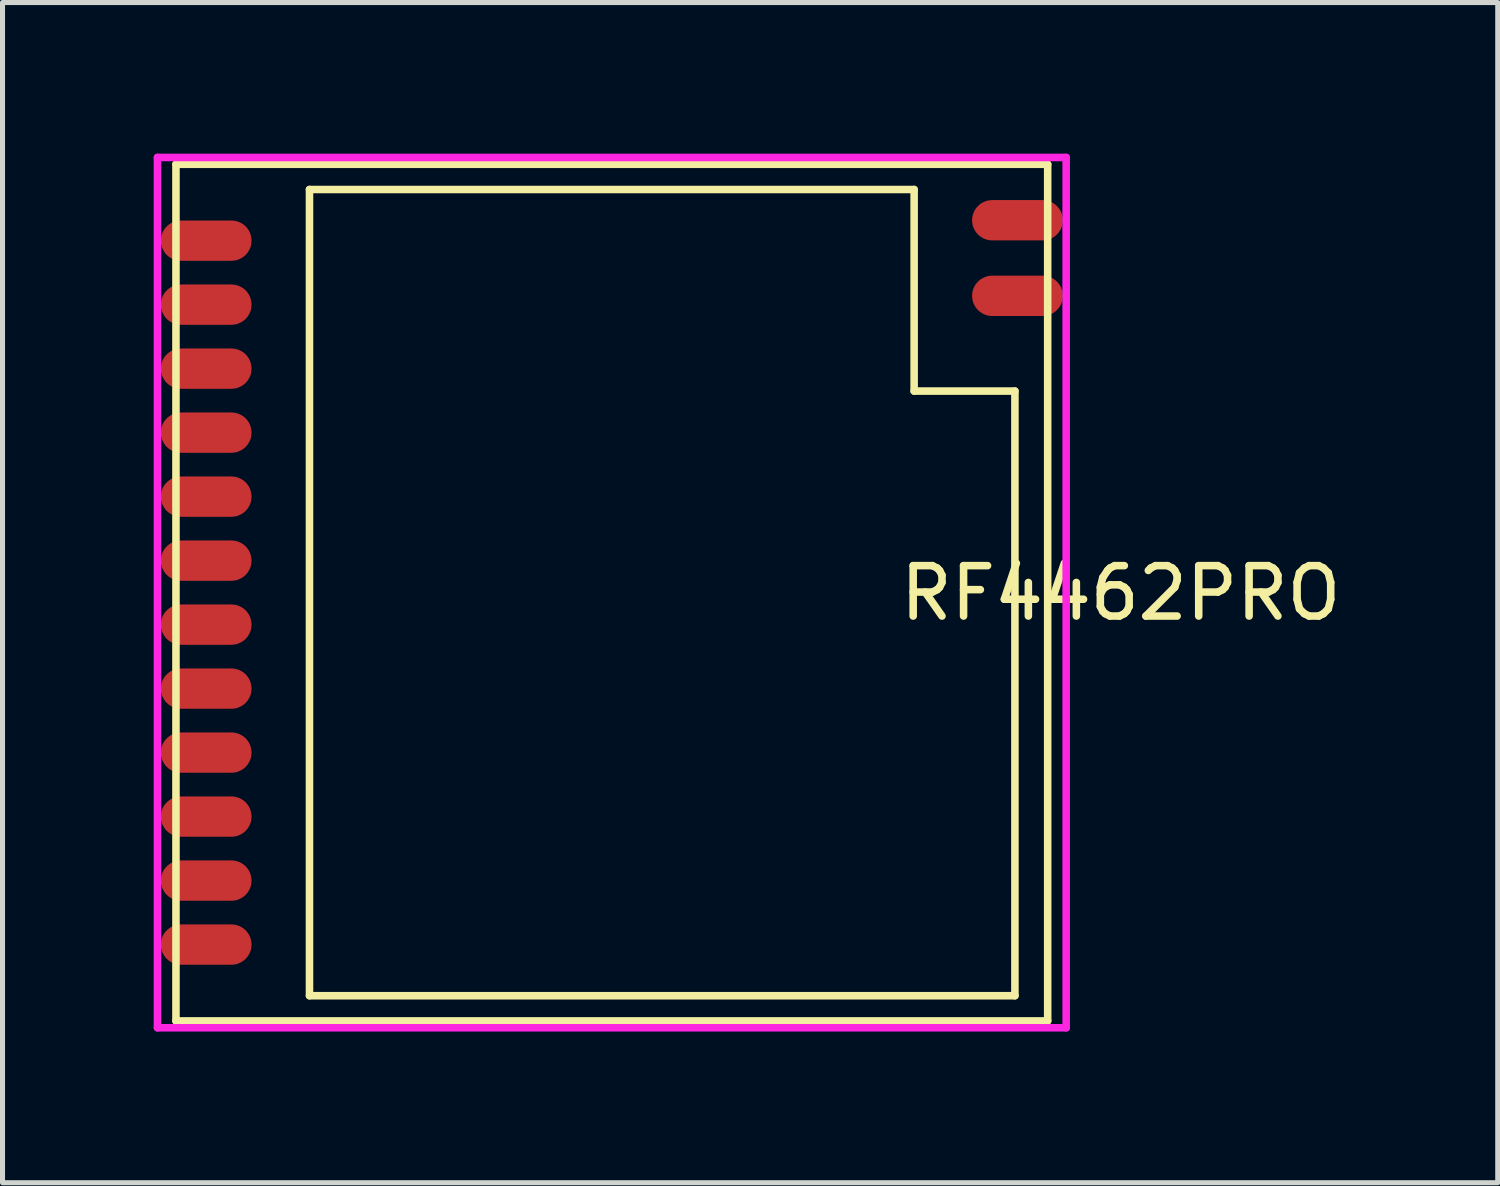
<source format=kicad_pcb>
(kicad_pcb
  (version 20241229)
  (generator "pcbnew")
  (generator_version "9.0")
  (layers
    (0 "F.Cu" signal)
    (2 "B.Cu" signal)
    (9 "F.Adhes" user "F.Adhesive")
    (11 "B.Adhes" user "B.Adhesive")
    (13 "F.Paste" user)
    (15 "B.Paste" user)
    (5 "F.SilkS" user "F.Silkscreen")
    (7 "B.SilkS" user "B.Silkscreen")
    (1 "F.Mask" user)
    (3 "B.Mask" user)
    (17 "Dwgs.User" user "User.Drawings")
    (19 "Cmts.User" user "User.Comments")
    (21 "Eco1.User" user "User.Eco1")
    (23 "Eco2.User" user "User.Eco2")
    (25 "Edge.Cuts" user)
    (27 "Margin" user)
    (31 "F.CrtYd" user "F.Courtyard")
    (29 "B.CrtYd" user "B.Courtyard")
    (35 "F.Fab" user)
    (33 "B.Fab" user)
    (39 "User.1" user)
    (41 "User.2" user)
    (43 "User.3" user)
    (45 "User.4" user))
  (footprint "RF4462PRO"
    (layer "F.Cu")
    (at 9.092 8.711)
    (property "Reference" "RF4462PRO" (at 10.1 0.01 0) (layer "F.SilkS") (effects (font (size 1 1) (thickness 0.15))))
    (attr smd)
    (fp_line (start -8.65 -8.5) (end 8.65 -8.5) (stroke (width 0.15) (type solid)) (layer "F.SilkS"))
    (fp_line (start -8.65 8.5) (end -8.65 -8.5) (stroke (width 0.15) (type solid)) (layer "F.SilkS"))
    (fp_line (start -6 -8) (end -6 8) (stroke (width 0.15) (type solid)) (layer "F.SilkS"))
    (fp_line (start -6 8) (end 8 8) (stroke (width 0.15) (type solid)) (layer "F.SilkS"))
    (fp_line (start 6 -8) (end -6 -8) (stroke (width 0.15) (type solid)) (layer "F.SilkS"))
    (fp_line (start 6 -4) (end 6 -8) (stroke (width 0.15) (type solid)) (layer "F.SilkS"))
    (fp_line (start 8 -4) (end 6 -4) (stroke (width 0.15) (type solid)) (layer "F.SilkS"))
    (fp_line (start 8 8) (end 8 -4) (stroke (width 0.15) (type solid)) (layer "F.SilkS"))
    (fp_line (start 8.65 -8.5) (end 8.65 8.5) (stroke (width 0.15) (type solid)) (layer "F.SilkS"))
    (fp_line (start 8.65 8.5) (end -8.65 8.5) (stroke (width 0.15) (type solid)) (layer "F.SilkS"))
    (fp_line (start -9.017 -8.636) (end 9.017 -8.636) (stroke (width 0.15) (type solid)) (layer "F.CrtYd"))
    (fp_line (start -9.017 8.636) (end -9.017 -8.636) (stroke (width 0.15) (type solid)) (layer "F.CrtYd"))
    (fp_line (start 9.017 -8.636) (end 9.017 8.636) (stroke (width 0.15) (type solid)) (layer "F.CrtYd"))
    (fp_line (start 9.017 8.636) (end -9.017 8.636) (stroke (width 0.15) (type solid)) (layer "F.CrtYd"))
    (pad "1" smd oval (at -8.05 -6.985) (size 1.8 0.8) (layers "F.Cu" "F.Mask" "F.Paste"))
    (pad "2" smd oval (at -8.05 -5.715) (size 1.8 0.8) (layers "F.Cu" "F.Mask" "F.Paste"))
    (pad "3" smd oval (at -8.05 -4.445) (size 1.8 0.8) (layers "F.Cu" "F.Mask" "F.Paste"))
    (pad "4" smd oval (at -8.05 -3.175) (size 1.8 0.8) (layers "F.Cu" "F.Mask" "F.Paste"))
    (pad "5" smd oval (at -8.05 -1.905) (size 1.8 0.8) (layers "F.Cu" "F.Mask" "F.Paste"))
    (pad "6" smd oval (at -8.05 -0.635) (size 1.8 0.8) (layers "F.Cu" "F.Mask" "F.Paste"))
    (pad "7" smd oval (at -8.05 0.635) (size 1.8 0.8) (layers "F.Cu" "F.Mask" "F.Paste"))
    (pad "8" smd oval (at -8.05 1.905) (size 1.8 0.8) (layers "F.Cu" "F.Mask" "F.Paste"))
    (pad "9" smd oval (at -8.05 3.175) (size 1.8 0.8) (layers "F.Cu" "F.Mask" "F.Paste"))
    (pad "10" smd oval (at -8.05 4.445) (size 1.8 0.8) (layers "F.Cu" "F.Mask" "F.Paste"))
    (pad "11" smd oval (at -8.05 5.715) (size 1.8 0.8) (layers "F.Cu" "F.Mask" "F.Paste"))
    (pad "12" smd oval (at -8.05 6.985) (size 1.8 0.8) (layers "F.Cu" "F.Mask" "F.Paste"))
    (pad "13" smd oval (at 8.05 -7.39) (size 1.8 0.8) (layers "F.Cu" "F.Mask" "F.Paste"))
    (pad "14" smd oval (at 8.05 -5.89) (size 1.8 0.8) (layers "F.Cu" "F.Mask" "F.Paste")))
  (gr_rect
    (start -3 -3)
    (end 26.674 20.422)
    (stroke (width 0.1) (type default))
    (fill no)
    (layer "Edge.Cuts")))
</source>
